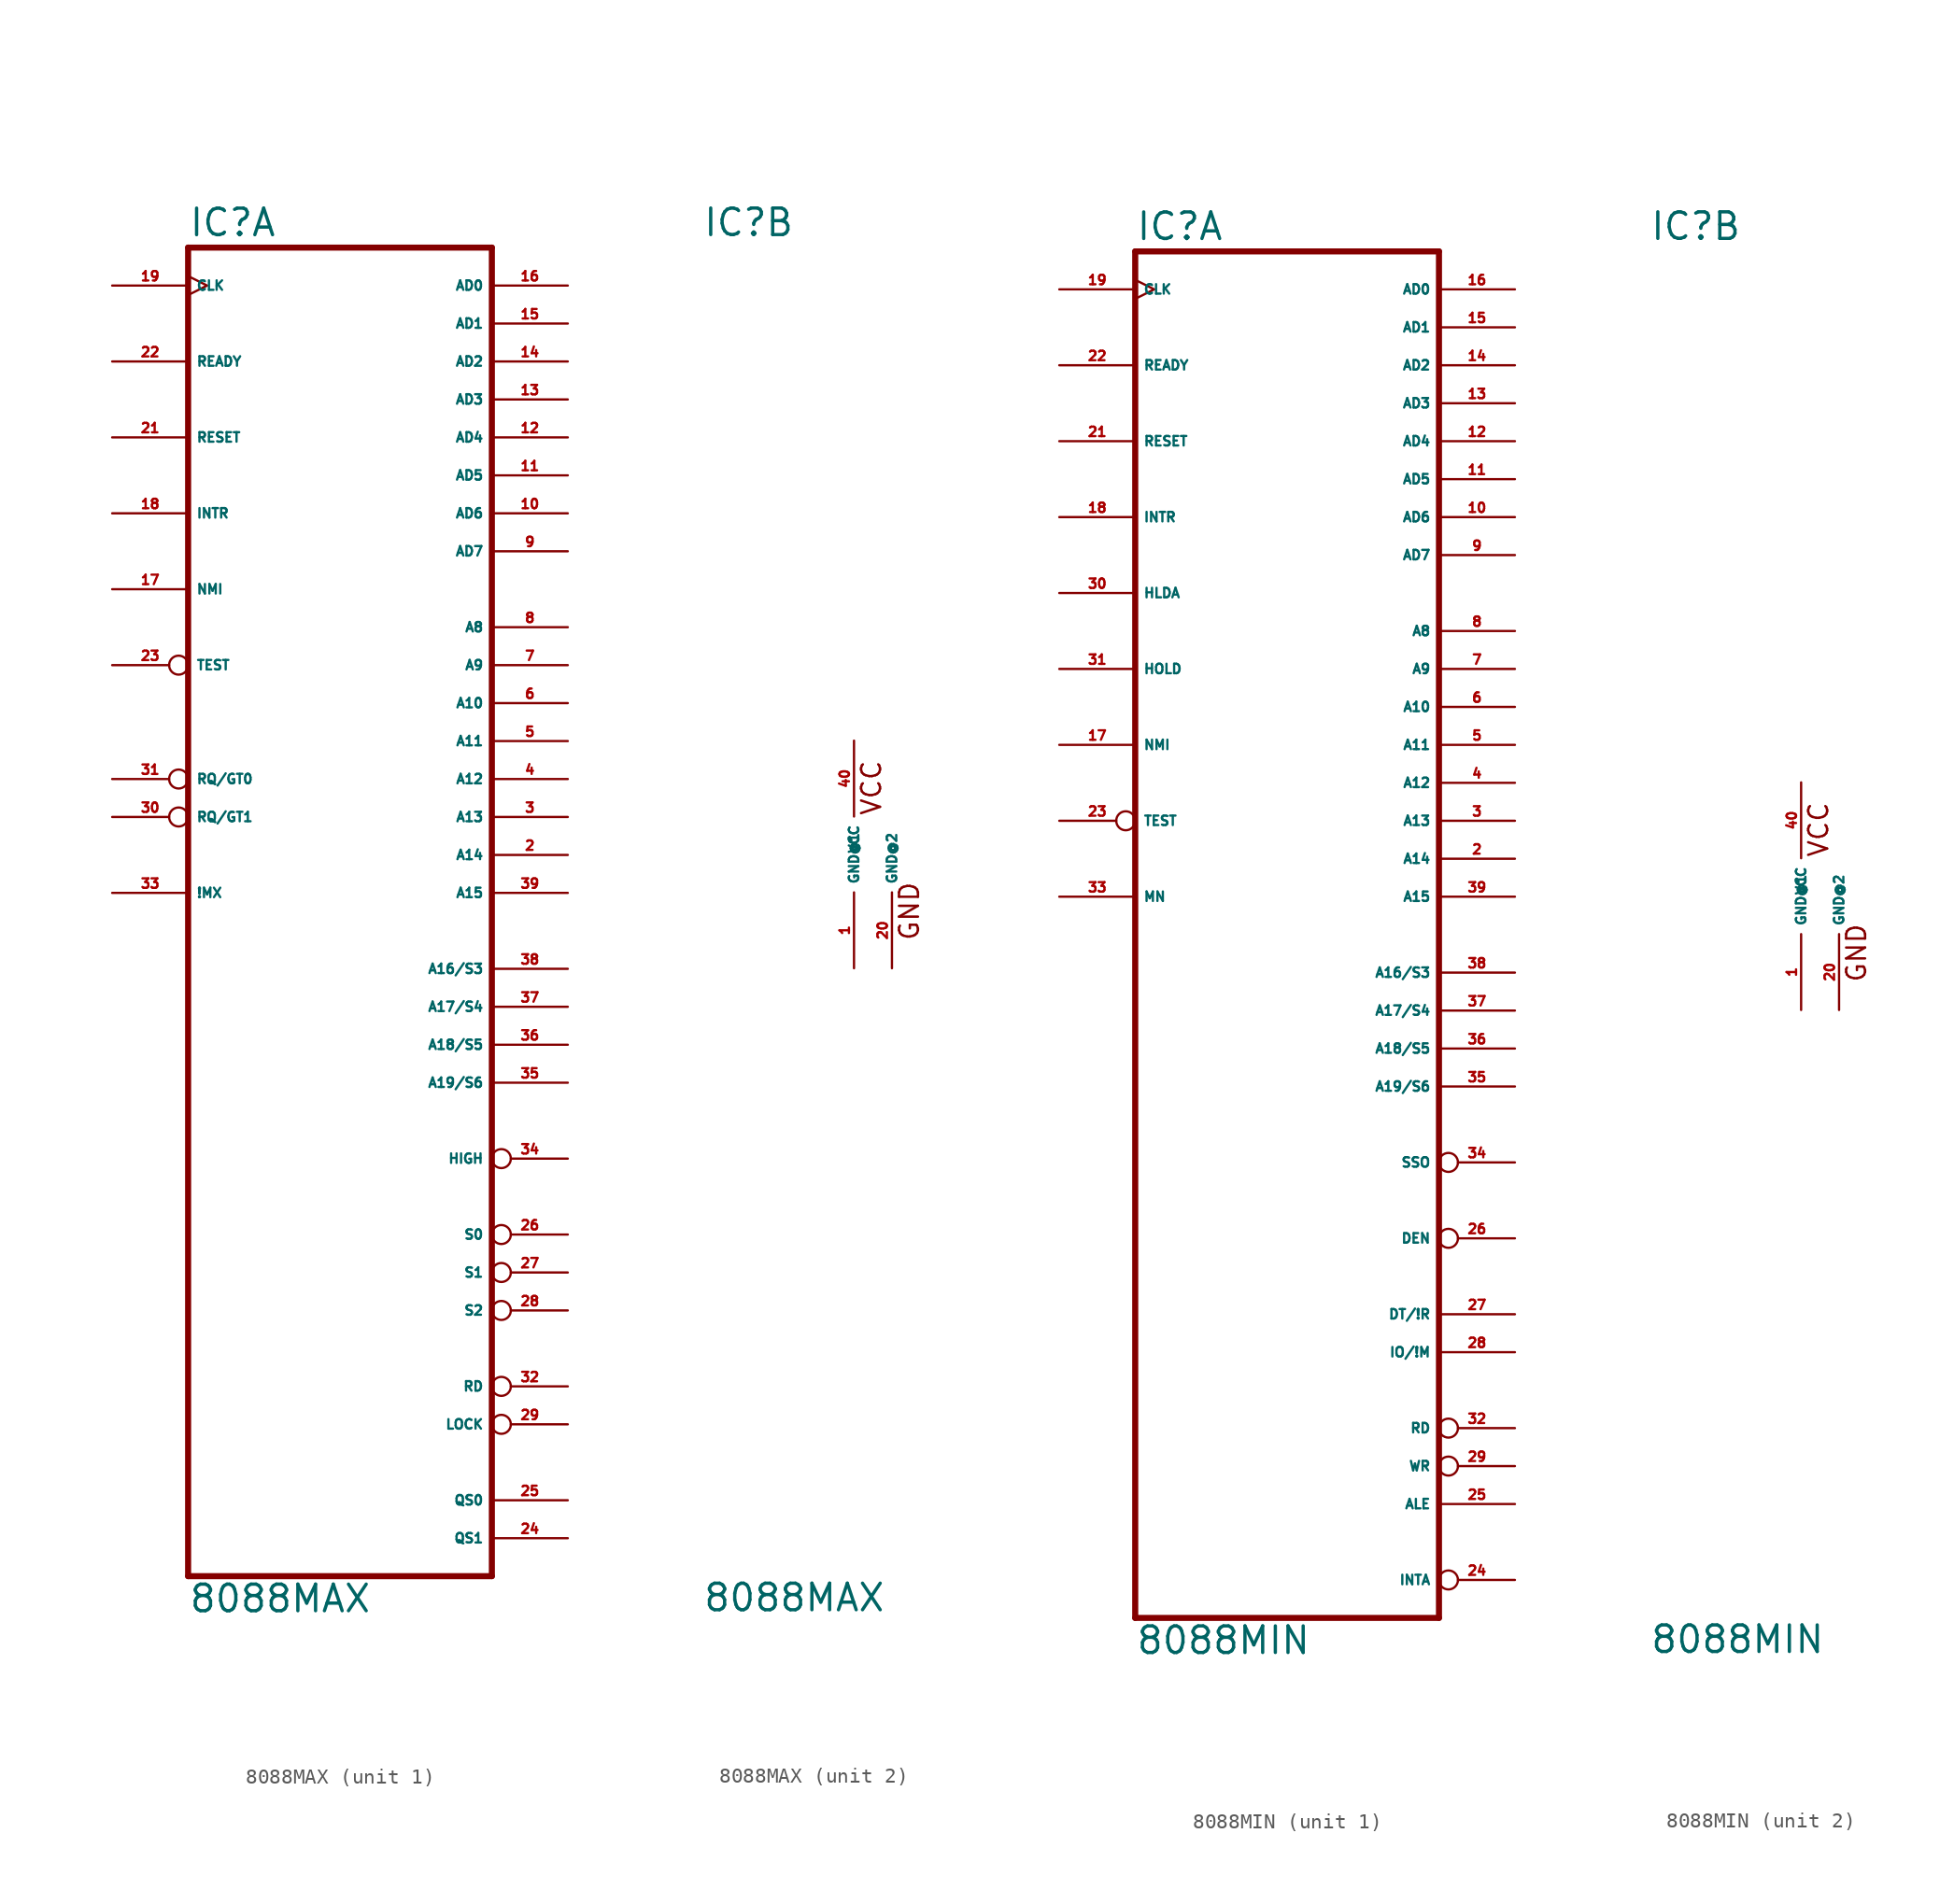
<source format=kicad_sym>
(kicad_symbol_lib
  (version 20220914)
  (generator Eagle2Kicad)
  (symbol "8088MAX"
    (property "Reference" "IC"
      (at -10.16 41.275 0)
      (effects (font (size 1.778 1.778) (thickness 0.22)) (justify left bottom)))
    (property "Value" "8088MAX"
      (at -10.16 -50.8 0)
      (effects (font (size 1.778 1.778) (thickness 0.22)) (justify left bottom)))
    (symbol "8088MAX_1_0"
      (polyline (pts (xy -10.16 -48.26) (xy 10.16 -48.26)) (stroke (width 0.406) (type default)) (fill (type none)))
      (polyline (pts (xy 10.16 -48.26) (xy 10.16 40.64)) (stroke (width 0.406) (type default)) (fill (type none)))
      (polyline (pts (xy 10.16 40.64) (xy -10.16 40.64)) (stroke (width 0.406) (type default)) (fill (type none)))
      (polyline (pts (xy -10.16 40.64) (xy -10.16 -48.26)) (stroke (width 0.406) (type default)) (fill (type none)))
      (pin bidirectional line (at 15.24 0 180) (length 5.08) (name "A14" (effects (font (size 0.635 0.635) (thickness 0.08)) (justify left bottom))) (number "2" (effects (font (size 0.635 0.635) (thickness 0.08)) (justify left bottom))))
      (pin bidirectional line (at 15.24 2.54 180) (length 5.08) (name "A13" (effects (font (size 0.635 0.635) (thickness 0.08)) (justify left bottom))) (number "3" (effects (font (size 0.635 0.635) (thickness 0.08)) (justify left bottom))))
      (pin bidirectional line (at 15.24 5.08 180) (length 5.08) (name "A12" (effects (font (size 0.635 0.635) (thickness 0.08)) (justify left bottom))) (number "4" (effects (font (size 0.635 0.635) (thickness 0.08)) (justify left bottom))))
      (pin bidirectional line (at 15.24 7.62 180) (length 5.08) (name "A11" (effects (font (size 0.635 0.635) (thickness 0.08)) (justify left bottom))) (number "5" (effects (font (size 0.635 0.635) (thickness 0.08)) (justify left bottom))))
      (pin bidirectional line (at 15.24 10.16 180) (length 5.08) (name "A10" (effects (font (size 0.635 0.635) (thickness 0.08)) (justify left bottom))) (number "6" (effects (font (size 0.635 0.635) (thickness 0.08)) (justify left bottom))))
      (pin bidirectional line (at 15.24 12.7 180) (length 5.08) (name "A9" (effects (font (size 0.635 0.635) (thickness 0.08)) (justify left bottom))) (number "7" (effects (font (size 0.635 0.635) (thickness 0.08)) (justify left bottom))))
      (pin bidirectional line (at 15.24 15.24 180) (length 5.08) (name "A8" (effects (font (size 0.635 0.635) (thickness 0.08)) (justify left bottom))) (number "8" (effects (font (size 0.635 0.635) (thickness 0.08)) (justify left bottom))))
      (pin bidirectional line (at 15.24 20.32 180) (length 5.08) (name "AD7" (effects (font (size 0.635 0.635) (thickness 0.08)) (justify left bottom))) (number "9" (effects (font (size 0.635 0.635) (thickness 0.08)) (justify left bottom))))
      (pin bidirectional line (at 15.24 22.86 180) (length 5.08) (name "AD6" (effects (font (size 0.635 0.635) (thickness 0.08)) (justify left bottom))) (number "10" (effects (font (size 0.635 0.635) (thickness 0.08)) (justify left bottom))))
      (pin bidirectional line (at 15.24 25.4 180) (length 5.08) (name "AD5" (effects (font (size 0.635 0.635) (thickness 0.08)) (justify left bottom))) (number "11" (effects (font (size 0.635 0.635) (thickness 0.08)) (justify left bottom))))
      (pin bidirectional line (at 15.24 27.94 180) (length 5.08) (name "AD4" (effects (font (size 0.635 0.635) (thickness 0.08)) (justify left bottom))) (number "12" (effects (font (size 0.635 0.635) (thickness 0.08)) (justify left bottom))))
      (pin bidirectional line (at 15.24 30.48 180) (length 5.08) (name "AD3" (effects (font (size 0.635 0.635) (thickness 0.08)) (justify left bottom))) (number "13" (effects (font (size 0.635 0.635) (thickness 0.08)) (justify left bottom))))
      (pin bidirectional line (at 15.24 33.02 180) (length 5.08) (name "AD2" (effects (font (size 0.635 0.635) (thickness 0.08)) (justify left bottom))) (number "14" (effects (font (size 0.635 0.635) (thickness 0.08)) (justify left bottom))))
      (pin bidirectional line (at 15.24 35.56 180) (length 5.08) (name "AD1" (effects (font (size 0.635 0.635) (thickness 0.08)) (justify left bottom))) (number "15" (effects (font (size 0.635 0.635) (thickness 0.08)) (justify left bottom))))
      (pin bidirectional line (at 15.24 38.1 180) (length 5.08) (name "AD0" (effects (font (size 0.635 0.635) (thickness 0.08)) (justify left bottom))) (number "16" (effects (font (size 0.635 0.635) (thickness 0.08)) (justify left bottom))))
      (pin input line (at -15.24 17.78 0) (length 5.08) (name "NMI" (effects (font (size 0.635 0.635) (thickness 0.08)) (justify left bottom))) (number "17" (effects (font (size 0.635 0.635) (thickness 0.08)) (justify left bottom))))
      (pin input line (at -15.24 22.86 0) (length 5.08) (name "INTR" (effects (font (size 0.635 0.635) (thickness 0.08)) (justify left bottom))) (number "18" (effects (font (size 0.635 0.635) (thickness 0.08)) (justify left bottom))))
      (pin input clock (at -15.24 38.1 0) (length 5.08) (name "CLK" (effects (font (size 0.635 0.635) (thickness 0.08)) (justify left bottom))) (number "19" (effects (font (size 0.635 0.635) (thickness 0.08)) (justify left bottom))))
      (pin input line (at -15.24 27.94 0) (length 5.08) (name "RESET" (effects (font (size 0.635 0.635) (thickness 0.08)) (justify left bottom))) (number "21" (effects (font (size 0.635 0.635) (thickness 0.08)) (justify left bottom))))
      (pin input line (at -15.24 33.02 0) (length 5.08) (name "READY" (effects (font (size 0.635 0.635) (thickness 0.08)) (justify left bottom))) (number "22" (effects (font (size 0.635 0.635) (thickness 0.08)) (justify left bottom))))
      (pin input inverted (at -15.24 12.7 0) (length 5.08) (name "TEST" (effects (font (size 0.635 0.635) (thickness 0.08)) (justify left bottom))) (number "23" (effects (font (size 0.635 0.635) (thickness 0.08)) (justify left bottom))))
      (pin output line (at 15.24 -45.72 180) (length 5.08) (name "QS1" (effects (font (size 0.635 0.635) (thickness 0.08)) (justify left bottom))) (number "24" (effects (font (size 0.635 0.635) (thickness 0.08)) (justify left bottom))))
      (pin output line (at 15.24 -43.18 180) (length 5.08) (name "QS0" (effects (font (size 0.635 0.635) (thickness 0.08)) (justify left bottom))) (number "25" (effects (font (size 0.635 0.635) (thickness 0.08)) (justify left bottom))))
      (pin output inverted (at 15.24 -25.4 180) (length 5.08) (name "S0" (effects (font (size 0.635 0.635) (thickness 0.08)) (justify left bottom))) (number "26" (effects (font (size 0.635 0.635) (thickness 0.08)) (justify left bottom))))
      (pin output inverted (at 15.24 -27.94 180) (length 5.08) (name "S1" (effects (font (size 0.635 0.635) (thickness 0.08)) (justify left bottom))) (number "27" (effects (font (size 0.635 0.635) (thickness 0.08)) (justify left bottom))))
      (pin output inverted (at 15.24 -30.48 180) (length 5.08) (name "S2" (effects (font (size 0.635 0.635) (thickness 0.08)) (justify left bottom))) (number "28" (effects (font (size 0.635 0.635) (thickness 0.08)) (justify left bottom))))
      (pin output inverted (at 15.24 -38.1 180) (length 5.08) (name "LOCK" (effects (font (size 0.635 0.635) (thickness 0.08)) (justify left bottom))) (number "29" (effects (font (size 0.635 0.635) (thickness 0.08)) (justify left bottom))))
      (pin bidirectional inverted (at -15.24 2.54 0) (length 5.08) (name "RQ/GT1" (effects (font (size 0.635 0.635) (thickness 0.08)) (justify left bottom))) (number "30" (effects (font (size 0.635 0.635) (thickness 0.08)) (justify left bottom))))
      (pin bidirectional inverted (at -15.24 5.08 0) (length 5.08) (name "RQ/GT0" (effects (font (size 0.635 0.635) (thickness 0.08)) (justify left bottom))) (number "31" (effects (font (size 0.635 0.635) (thickness 0.08)) (justify left bottom))))
      (pin output inverted (at 15.24 -35.56 180) (length 5.08) (name "RD" (effects (font (size 0.635 0.635) (thickness 0.08)) (justify left bottom))) (number "32" (effects (font (size 0.635 0.635) (thickness 0.08)) (justify left bottom))))
      (pin input line (at -15.24 -2.54 0) (length 5.08) (name "!MX" (effects (font (size 0.635 0.635) (thickness 0.08)) (justify left bottom))) (number "33" (effects (font (size 0.635 0.635) (thickness 0.08)) (justify left bottom))))
      (pin output inverted (at 15.24 -20.32 180) (length 5.08) (name "HIGH" (effects (font (size 0.635 0.635) (thickness 0.08)) (justify left bottom))) (number "34" (effects (font (size 0.635 0.635) (thickness 0.08)) (justify left bottom))))
      (pin output line (at 15.24 -15.24 180) (length 5.08) (name "A19/S6" (effects (font (size 0.635 0.635) (thickness 0.08)) (justify left bottom))) (number "35" (effects (font (size 0.635 0.635) (thickness 0.08)) (justify left bottom))))
      (pin output line (at 15.24 -12.7 180) (length 5.08) (name "A18/S5" (effects (font (size 0.635 0.635) (thickness 0.08)) (justify left bottom))) (number "36" (effects (font (size 0.635 0.635) (thickness 0.08)) (justify left bottom))))
      (pin output line (at 15.24 -10.16 180) (length 5.08) (name "A17/S4" (effects (font (size 0.635 0.635) (thickness 0.08)) (justify left bottom))) (number "37" (effects (font (size 0.635 0.635) (thickness 0.08)) (justify left bottom))))
      (pin output line (at 15.24 -7.62 180) (length 5.08) (name "A16/S3" (effects (font (size 0.635 0.635) (thickness 0.08)) (justify left bottom))) (number "38" (effects (font (size 0.635 0.635) (thickness 0.08)) (justify left bottom))))
      (pin bidirectional line (at 15.24 -2.54 180) (length 5.08) (name "A15" (effects (font (size 0.635 0.635) (thickness 0.08)) (justify left bottom))) (number "39" (effects (font (size 0.635 0.635) (thickness 0.08)) (justify left bottom)))))
    (symbol "8088MAX_2_0"
      (text "VCC" (at 1.905 2.54 900) (effects (font (size 1.27 1.27) (thickness 0.16)) (justify left bottom)))
      (text "GND" (at 4.445 -5.842 900) (effects (font (size 1.27 1.27) (thickness 0.16)) (justify left bottom)))
      (pin unspecified line (at 0 7.62 270) (length 5.08) (name "VCC" (effects (font (size 0.635 0.635) (thickness 0.08)) (justify left bottom))) (number "40" (effects (font (size 0.635 0.635) (thickness 0.08)) (justify left bottom))))
      (pin unspecified line (at 0 -7.62 90) (length 5.08) (name "GND@1" (effects (font (size 0.635 0.635) (thickness 0.08)) (justify left bottom))) (number "1" (effects (font (size 0.635 0.635) (thickness 0.08)) (justify left bottom))))
      (pin unspecified line (at 2.54 -7.62 90) (length 5.08) (name "GND@2" (effects (font (size 0.635 0.635) (thickness 0.08)) (justify left bottom))) (number "20" (effects (font (size 0.635 0.635) (thickness 0.08)) (justify left bottom))))))
  (symbol "8088MIN"
    (property "Reference" "IC"
      (at -10.16 43.815 0)
      (effects (font (size 1.778 1.778) (thickness 0.22)) (justify left bottom)))
    (property "Value" "8088MIN"
      (at -10.16 -50.8 0)
      (effects (font (size 1.778 1.778) (thickness 0.22)) (justify left bottom)))
    (symbol "8088MIN_1_0"
      (polyline (pts (xy -10.16 -48.26) (xy 10.16 -48.26)) (stroke (width 0.406) (type default)) (fill (type none)))
      (polyline (pts (xy 10.16 -48.26) (xy 10.16 43.18)) (stroke (width 0.406) (type default)) (fill (type none)))
      (polyline (pts (xy 10.16 43.18) (xy -10.16 43.18)) (stroke (width 0.406) (type default)) (fill (type none)))
      (polyline (pts (xy -10.16 43.18) (xy -10.16 -48.26)) (stroke (width 0.406) (type default)) (fill (type none)))
      (pin bidirectional line (at 15.24 2.54 180) (length 5.08) (name "A14" (effects (font (size 0.635 0.635) (thickness 0.08)) (justify left bottom))) (number "2" (effects (font (size 0.635 0.635) (thickness 0.08)) (justify left bottom))))
      (pin bidirectional line (at 15.24 5.08 180) (length 5.08) (name "A13" (effects (font (size 0.635 0.635) (thickness 0.08)) (justify left bottom))) (number "3" (effects (font (size 0.635 0.635) (thickness 0.08)) (justify left bottom))))
      (pin bidirectional line (at 15.24 7.62 180) (length 5.08) (name "A12" (effects (font (size 0.635 0.635) (thickness 0.08)) (justify left bottom))) (number "4" (effects (font (size 0.635 0.635) (thickness 0.08)) (justify left bottom))))
      (pin bidirectional line (at 15.24 10.16 180) (length 5.08) (name "A11" (effects (font (size 0.635 0.635) (thickness 0.08)) (justify left bottom))) (number "5" (effects (font (size 0.635 0.635) (thickness 0.08)) (justify left bottom))))
      (pin bidirectional line (at 15.24 12.7 180) (length 5.08) (name "A10" (effects (font (size 0.635 0.635) (thickness 0.08)) (justify left bottom))) (number "6" (effects (font (size 0.635 0.635) (thickness 0.08)) (justify left bottom))))
      (pin bidirectional line (at 15.24 15.24 180) (length 5.08) (name "A9" (effects (font (size 0.635 0.635) (thickness 0.08)) (justify left bottom))) (number "7" (effects (font (size 0.635 0.635) (thickness 0.08)) (justify left bottom))))
      (pin bidirectional line (at 15.24 17.78 180) (length 5.08) (name "A8" (effects (font (size 0.635 0.635) (thickness 0.08)) (justify left bottom))) (number "8" (effects (font (size 0.635 0.635) (thickness 0.08)) (justify left bottom))))
      (pin bidirectional line (at 15.24 22.86 180) (length 5.08) (name "AD7" (effects (font (size 0.635 0.635) (thickness 0.08)) (justify left bottom))) (number "9" (effects (font (size 0.635 0.635) (thickness 0.08)) (justify left bottom))))
      (pin bidirectional line (at 15.24 25.4 180) (length 5.08) (name "AD6" (effects (font (size 0.635 0.635) (thickness 0.08)) (justify left bottom))) (number "10" (effects (font (size 0.635 0.635) (thickness 0.08)) (justify left bottom))))
      (pin bidirectional line (at 15.24 27.94 180) (length 5.08) (name "AD5" (effects (font (size 0.635 0.635) (thickness 0.08)) (justify left bottom))) (number "11" (effects (font (size 0.635 0.635) (thickness 0.08)) (justify left bottom))))
      (pin bidirectional line (at 15.24 30.48 180) (length 5.08) (name "AD4" (effects (font (size 0.635 0.635) (thickness 0.08)) (justify left bottom))) (number "12" (effects (font (size 0.635 0.635) (thickness 0.08)) (justify left bottom))))
      (pin bidirectional line (at 15.24 33.02 180) (length 5.08) (name "AD3" (effects (font (size 0.635 0.635) (thickness 0.08)) (justify left bottom))) (number "13" (effects (font (size 0.635 0.635) (thickness 0.08)) (justify left bottom))))
      (pin bidirectional line (at 15.24 35.56 180) (length 5.08) (name "AD2" (effects (font (size 0.635 0.635) (thickness 0.08)) (justify left bottom))) (number "14" (effects (font (size 0.635 0.635) (thickness 0.08)) (justify left bottom))))
      (pin bidirectional line (at 15.24 38.1 180) (length 5.08) (name "AD1" (effects (font (size 0.635 0.635) (thickness 0.08)) (justify left bottom))) (number "15" (effects (font (size 0.635 0.635) (thickness 0.08)) (justify left bottom))))
      (pin bidirectional line (at 15.24 40.64 180) (length 5.08) (name "AD0" (effects (font (size 0.635 0.635) (thickness 0.08)) (justify left bottom))) (number "16" (effects (font (size 0.635 0.635) (thickness 0.08)) (justify left bottom))))
      (pin input line (at -15.24 10.16 0) (length 5.08) (name "NMI" (effects (font (size 0.635 0.635) (thickness 0.08)) (justify left bottom))) (number "17" (effects (font (size 0.635 0.635) (thickness 0.08)) (justify left bottom))))
      (pin input line (at -15.24 25.4 0) (length 5.08) (name "INTR" (effects (font (size 0.635 0.635) (thickness 0.08)) (justify left bottom))) (number "18" (effects (font (size 0.635 0.635) (thickness 0.08)) (justify left bottom))))
      (pin input clock (at -15.24 40.64 0) (length 5.08) (name "CLK" (effects (font (size 0.635 0.635) (thickness 0.08)) (justify left bottom))) (number "19" (effects (font (size 0.635 0.635) (thickness 0.08)) (justify left bottom))))
      (pin input line (at -15.24 30.48 0) (length 5.08) (name "RESET" (effects (font (size 0.635 0.635) (thickness 0.08)) (justify left bottom))) (number "21" (effects (font (size 0.635 0.635) (thickness 0.08)) (justify left bottom))))
      (pin input line (at -15.24 35.56 0) (length 5.08) (name "READY" (effects (font (size 0.635 0.635) (thickness 0.08)) (justify left bottom))) (number "22" (effects (font (size 0.635 0.635) (thickness 0.08)) (justify left bottom))))
      (pin input inverted (at -15.24 5.08 0) (length 5.08) (name "TEST" (effects (font (size 0.635 0.635) (thickness 0.08)) (justify left bottom))) (number "23" (effects (font (size 0.635 0.635) (thickness 0.08)) (justify left bottom))))
      (pin output inverted (at 15.24 -45.72 180) (length 5.08) (name "INTA" (effects (font (size 0.635 0.635) (thickness 0.08)) (justify left bottom))) (number "24" (effects (font (size 0.635 0.635) (thickness 0.08)) (justify left bottom))))
      (pin output line (at 15.24 -40.64 180) (length 5.08) (name "ALE" (effects (font (size 0.635 0.635) (thickness 0.08)) (justify left bottom))) (number "25" (effects (font (size 0.635 0.635) (thickness 0.08)) (justify left bottom))))
      (pin output inverted (at 15.24 -22.86 180) (length 5.08) (name "DEN" (effects (font (size 0.635 0.635) (thickness 0.08)) (justify left bottom))) (number "26" (effects (font (size 0.635 0.635) (thickness 0.08)) (justify left bottom))))
      (pin output line (at 15.24 -27.94 180) (length 5.08) (name "DT/!R" (effects (font (size 0.635 0.635) (thickness 0.08)) (justify left bottom))) (number "27" (effects (font (size 0.635 0.635) (thickness 0.08)) (justify left bottom))))
      (pin output line (at 15.24 -30.48 180) (length 5.08) (name "IO/!M" (effects (font (size 0.635 0.635) (thickness 0.08)) (justify left bottom))) (number "28" (effects (font (size 0.635 0.635) (thickness 0.08)) (justify left bottom))))
      (pin output inverted (at 15.24 -38.1 180) (length 5.08) (name "WR" (effects (font (size 0.635 0.635) (thickness 0.08)) (justify left bottom))) (number "29" (effects (font (size 0.635 0.635) (thickness 0.08)) (justify left bottom))))
      (pin output line (at -15.24 20.32 0) (length 5.08) (name "HLDA" (effects (font (size 0.635 0.635) (thickness 0.08)) (justify left bottom))) (number "30" (effects (font (size 0.635 0.635) (thickness 0.08)) (justify left bottom))))
      (pin input line (at -15.24 15.24 0) (length 5.08) (name "HOLD" (effects (font (size 0.635 0.635) (thickness 0.08)) (justify left bottom))) (number "31" (effects (font (size 0.635 0.635) (thickness 0.08)) (justify left bottom))))
      (pin output inverted (at 15.24 -35.56 180) (length 5.08) (name "RD" (effects (font (size 0.635 0.635) (thickness 0.08)) (justify left bottom))) (number "32" (effects (font (size 0.635 0.635) (thickness 0.08)) (justify left bottom))))
      (pin input line (at -15.24 0 0) (length 5.08) (name "MN" (effects (font (size 0.635 0.635) (thickness 0.08)) (justify left bottom))) (number "33" (effects (font (size 0.635 0.635) (thickness 0.08)) (justify left bottom))))
      (pin output inverted (at 15.24 -17.78 180) (length 5.08) (name "SSO" (effects (font (size 0.635 0.635) (thickness 0.08)) (justify left bottom))) (number "34" (effects (font (size 0.635 0.635) (thickness 0.08)) (justify left bottom))))
      (pin output line (at 15.24 -12.7 180) (length 5.08) (name "A19/S6" (effects (font (size 0.635 0.635) (thickness 0.08)) (justify left bottom))) (number "35" (effects (font (size 0.635 0.635) (thickness 0.08)) (justify left bottom))))
      (pin output line (at 15.24 -10.16 180) (length 5.08) (name "A18/S5" (effects (font (size 0.635 0.635) (thickness 0.08)) (justify left bottom))) (number "36" (effects (font (size 0.635 0.635) (thickness 0.08)) (justify left bottom))))
      (pin output line (at 15.24 -7.62 180) (length 5.08) (name "A17/S4" (effects (font (size 0.635 0.635) (thickness 0.08)) (justify left bottom))) (number "37" (effects (font (size 0.635 0.635) (thickness 0.08)) (justify left bottom))))
      (pin output line (at 15.24 -5.08 180) (length 5.08) (name "A16/S3" (effects (font (size 0.635 0.635) (thickness 0.08)) (justify left bottom))) (number "38" (effects (font (size 0.635 0.635) (thickness 0.08)) (justify left bottom))))
      (pin bidirectional line (at 15.24 0 180) (length 5.08) (name "A15" (effects (font (size 0.635 0.635) (thickness 0.08)) (justify left bottom))) (number "39" (effects (font (size 0.635 0.635) (thickness 0.08)) (justify left bottom)))))
    (symbol "8088MIN_2_0"
      (text "VCC" (at 1.905 2.54 900) (effects (font (size 1.27 1.27) (thickness 0.16)) (justify left bottom)))
      (text "GND" (at 4.445 -5.842 900) (effects (font (size 1.27 1.27) (thickness 0.16)) (justify left bottom)))
      (pin unspecified line (at 0 7.62 270) (length 5.08) (name "VCC" (effects (font (size 0.635 0.635) (thickness 0.08)) (justify left bottom))) (number "40" (effects (font (size 0.635 0.635) (thickness 0.08)) (justify left bottom))))
      (pin unspecified line (at 0 -7.62 90) (length 5.08) (name "GND@1" (effects (font (size 0.635 0.635) (thickness 0.08)) (justify left bottom))) (number "1" (effects (font (size 0.635 0.635) (thickness 0.08)) (justify left bottom))))
      (pin unspecified line (at 2.54 -7.62 90) (length 5.08) (name "GND@2" (effects (font (size 0.635 0.635) (thickness 0.08)) (justify left bottom))) (number "20" (effects (font (size 0.635 0.635) (thickness 0.08)) (justify left bottom)))))))
</source>
